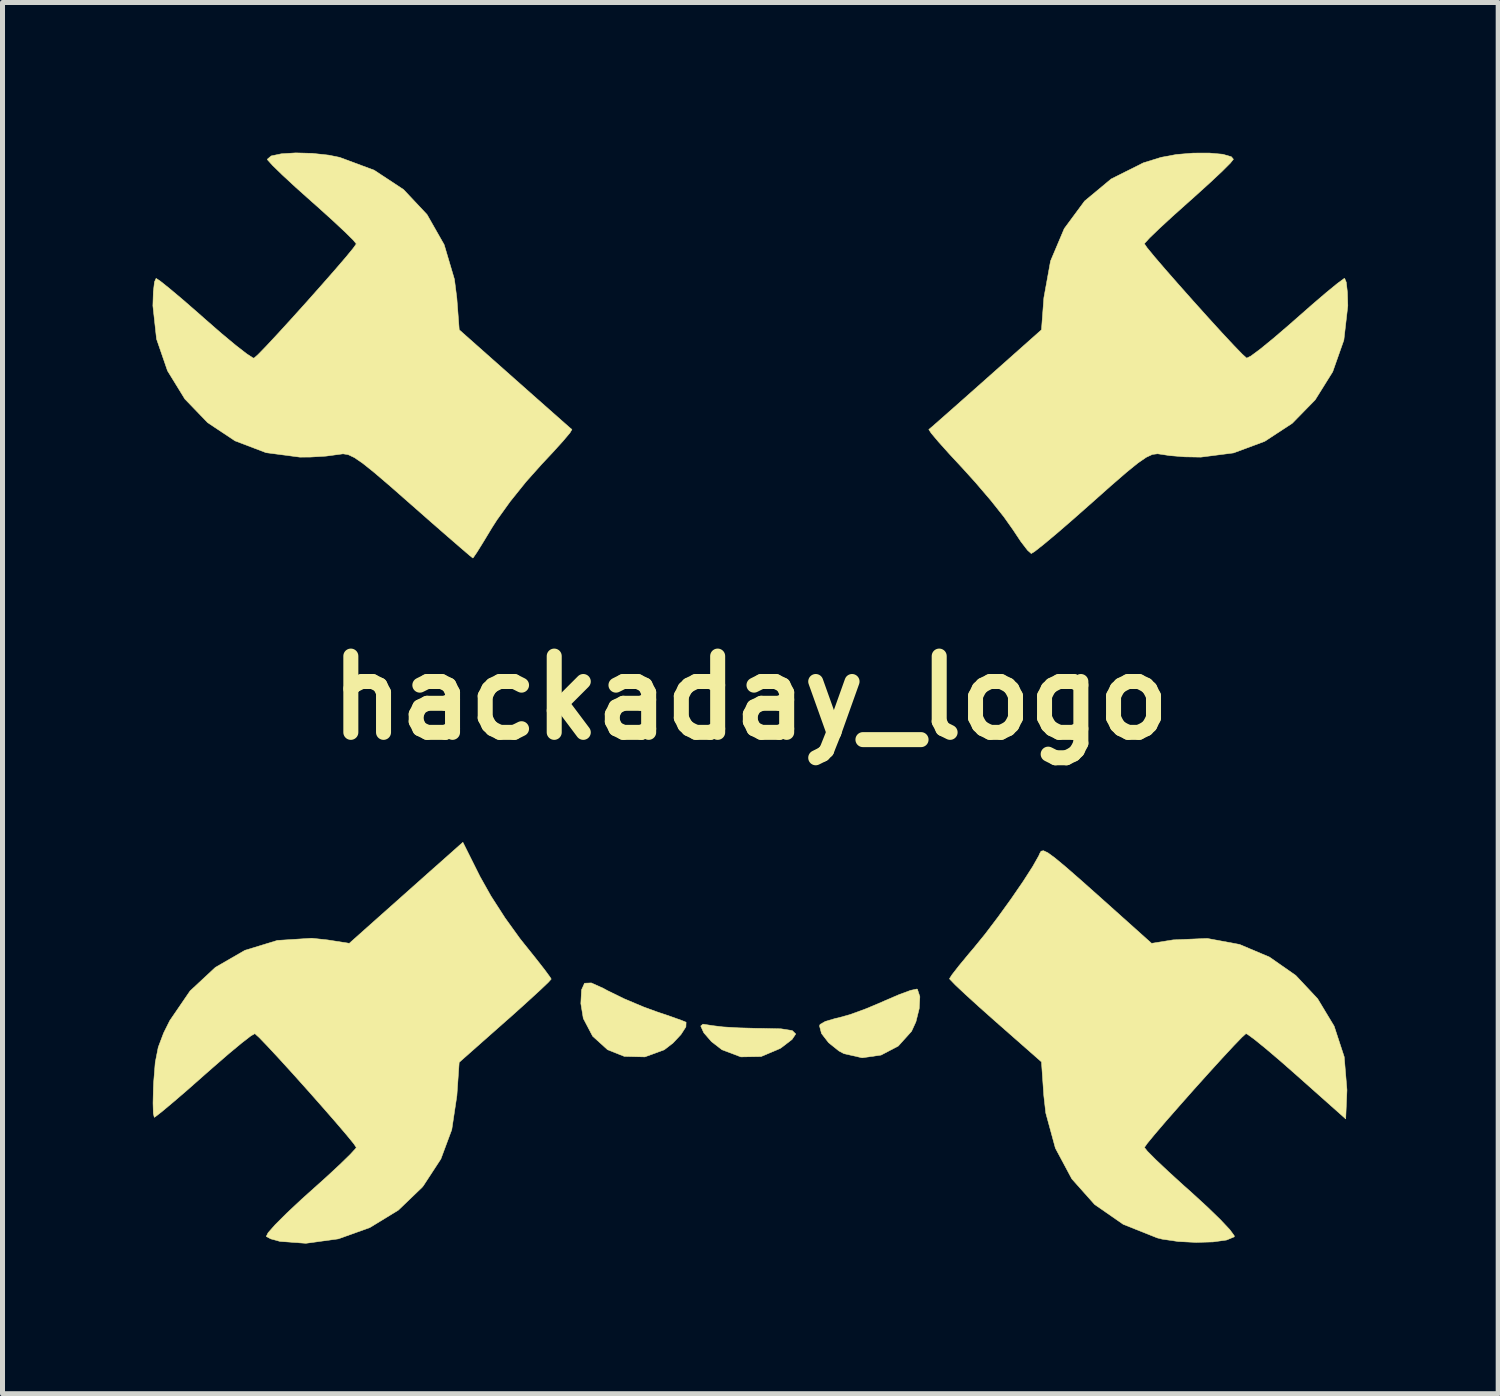
<source format=kicad_pcb>
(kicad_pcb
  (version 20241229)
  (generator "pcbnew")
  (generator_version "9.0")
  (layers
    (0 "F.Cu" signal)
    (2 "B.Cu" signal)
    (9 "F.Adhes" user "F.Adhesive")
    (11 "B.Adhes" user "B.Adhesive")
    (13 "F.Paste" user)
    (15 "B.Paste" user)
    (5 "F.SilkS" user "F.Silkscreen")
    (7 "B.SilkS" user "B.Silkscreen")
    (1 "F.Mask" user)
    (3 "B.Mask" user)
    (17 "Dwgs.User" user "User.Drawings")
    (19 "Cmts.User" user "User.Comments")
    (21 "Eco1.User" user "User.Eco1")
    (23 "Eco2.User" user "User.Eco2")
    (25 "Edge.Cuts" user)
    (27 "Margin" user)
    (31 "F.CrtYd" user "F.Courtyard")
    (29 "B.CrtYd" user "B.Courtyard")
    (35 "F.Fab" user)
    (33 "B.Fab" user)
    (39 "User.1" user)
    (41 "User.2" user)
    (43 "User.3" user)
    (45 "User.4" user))
  (footprint "hackaday_logo"
    (layer "F.Cu")
    (at 11.943 10.894)
    (property "Reference" "hackaday_logo" (at 0 0 0) (layer "F.SilkS") (effects (font (size 1.524 1.524) (thickness 0.3))))
    (attr through_hole)
    (fp_poly (pts (xy -0.771 6.547) (xy -0.761 6.549) (xy -0.547 6.575) (xy -0.225 6.594) (xy 0.144 6.604) (xy 0.229 6.604) (xy 0.613 6.613) (xy 0.837 6.648) (xy 0.907 6.716) (xy 0.833 6.826) (xy 0.623 6.987) (xy 0.595 7.006) (xy 0.215 7.167) (xy -0.19 7.174) (xy -0.566 7.032) (xy -0.776 6.87) (xy -0.927 6.696) (xy -0.936 6.681) (xy -0.991 6.557) (xy -0.947 6.52) (xy -0.771 6.547)) (stroke (width 0.01) (type solid)) (fill yes) (layer "F.SilkS"))
    (fp_poly (pts (xy -2.94 5.803) (xy -2.852 5.851) (xy -2.523 6.012) (xy -2.132 6.177) (xy -1.863 6.275) (xy -1.583 6.37) (xy -1.376 6.444) (xy -1.285 6.481) (xy -1.284 6.481) (xy -1.288 6.574) (xy -1.387 6.728) (xy -1.545 6.897) (xy -1.72 7.032) (xy -2.108 7.174) (xy -2.518 7.164) (xy -2.853 7.031) (xy -3.151 6.761) (xy -3.338 6.405) (xy -3.387 6.107) (xy -3.373 5.834) (xy -3.313 5.702) (xy -3.178 5.696) (xy -2.94 5.803)) (stroke (width 0.01) (type solid)) (fill yes) (layer "F.SilkS"))
    (fp_poly (pts (xy 3.338 5.822) (xy 3.387 5.971) (xy 3.374 6.209) (xy 3.308 6.473) (xy 3.221 6.663) (xy 2.955 6.958) (xy 2.611 7.138) (xy 2.234 7.192) (xy 1.869 7.109) (xy 1.77 7.056) (xy 1.563 6.89) (xy 1.422 6.707) (xy 1.382 6.556) (xy 1.393 6.525) (xy 1.498 6.465) (xy 1.702 6.405) (xy 1.756 6.394) (xy 1.991 6.329) (xy 2.311 6.212) (xy 2.652 6.068) (xy 2.682 6.054) (xy 2.973 5.929) (xy 3.201 5.845) (xy 3.327 5.818) (xy 3.338 5.822)) (stroke (width 0.01) (type solid)) (fill yes) (layer "F.SilkS"))
    (fp_poly (pts (xy 5.944 3.095) (xy 6.085 3.198) (xy 6.299 3.376) (xy 6.603 3.641) (xy 7.014 4.007) (xy 7.051 4.04) (xy 8.017 4.905) (xy 8.448 4.836) (xy 9.128 4.807) (xy 9.775 4.927) (xy 10.372 5.179) (xy 10.898 5.546) (xy 11.335 6.012) (xy 11.665 6.56) (xy 11.866 7.173) (xy 11.921 7.835) (xy 11.92 7.86) (xy 11.896 8.413) (xy 10.925 7.55) (xy 10.587 7.253) (xy 10.294 7.004) (xy 10.067 6.82) (xy 9.931 6.721) (xy 9.903 6.709) (xy 9.824 6.78) (xy 9.658 6.952) (xy 9.427 7.201) (xy 9.154 7.501) (xy 8.861 7.827) (xy 8.571 8.155) (xy 8.304 8.459) (xy 8.085 8.715) (xy 7.934 8.898) (xy 7.874 8.983) (xy 7.874 8.984) (xy 7.934 9.06) (xy 8.1 9.227) (xy 8.348 9.461) (xy 8.657 9.743) (xy 8.806 9.875) (xy 9.128 10.17) (xy 9.393 10.427) (xy 9.58 10.626) (xy 9.668 10.746) (xy 9.67 10.769) (xy 9.516 10.833) (xy 9.246 10.871) (xy 8.907 10.881) (xy 8.551 10.863) (xy 8.226 10.815) (xy 8.131 10.791) (xy 7.451 10.52) (xy 6.879 10.123) (xy 6.423 9.611) (xy 6.095 8.998) (xy 5.903 8.295) (xy 5.864 7.95) (xy 5.817 7.274) (xy 4.898 6.466) (xy 4.572 6.176) (xy 4.297 5.926) (xy 4.095 5.736) (xy 3.99 5.627) (xy 3.979 5.611) (xy 4.031 5.53) (xy 4.168 5.354) (xy 4.366 5.114) (xy 4.459 5.005) (xy 4.692 4.719) (xy 4.951 4.377) (xy 5.213 4.014) (xy 5.452 3.666) (xy 5.643 3.368) (xy 5.763 3.156) (xy 5.782 3.111) (xy 5.809 3.064) (xy 5.857 3.054) (xy 5.944 3.095)) (stroke (width 0.01) (type solid)) (fill yes) (layer "F.SilkS"))
    (fp_poly (pts (xy -5.402 3.57) (xy -5.183 3.96) (xy -4.901 4.398) (xy -4.607 4.806) (xy -4.519 4.917) (xy -4.293 5.199) (xy -4.113 5.429) (xy -4.003 5.579) (xy -3.979 5.619) (xy -4.039 5.686) (xy -4.204 5.843) (xy -4.452 6.07) (xy -4.759 6.347) (xy -4.899 6.47) (xy -5.818 7.283) (xy -5.864 7.949) (xy -5.966 8.628) (xy -6.184 9.214) (xy -6.534 9.75) (xy -6.56 9.782) (xy -7.034 10.237) (xy -7.604 10.585) (xy -8.232 10.81) (xy -8.881 10.899) (xy -9.398 10.861) (xy -9.584 10.81) (xy -9.673 10.762) (xy -9.636 10.688) (xy -9.491 10.524) (xy -9.259 10.293) (xy -8.96 10.013) (xy -8.806 9.875) (xy -8.477 9.58) (xy -8.199 9.322) (xy -7.995 9.123) (xy -7.886 9.004) (xy -7.874 8.983) (xy -7.928 8.904) (xy -8.074 8.726) (xy -8.29 8.473) (xy -8.554 8.171) (xy -8.844 7.843) (xy -9.137 7.516) (xy -9.412 7.214) (xy -9.645 6.963) (xy -9.815 6.786) (xy -9.9 6.71) (xy -9.901 6.709) (xy -9.98 6.754) (xy -10.161 6.894) (xy -10.421 7.11) (xy -10.736 7.383) (xy -10.908 7.534) (xy -11.243 7.83) (xy -11.534 8.08) (xy -11.756 8.266) (xy -11.887 8.368) (xy -11.91 8.382) (xy -11.929 8.304) (xy -11.935 8.097) (xy -11.928 7.799) (xy -11.923 7.684) (xy -11.891 7.285) (xy -11.831 6.981) (xy -11.724 6.697) (xy -11.601 6.45) (xy -11.196 5.857) (xy -10.689 5.385) (xy -10.1 5.045) (xy -9.452 4.847) (xy -8.764 4.803) (xy -8.447 4.837) (xy -8.014 4.905) (xy -7.415 4.371) (xy -7.065 4.06) (xy -6.682 3.719) (xy -6.338 3.413) (xy -6.28 3.362) (xy -5.744 2.886) (xy -5.402 3.57)) (stroke (width 0.01) (type solid)) (fill yes) (layer "F.SilkS"))
    (fp_poly (pts (xy 9.438 -10.862) (xy 9.611 -10.812) (xy 9.652 -10.762) (xy 9.592 -10.686) (xy 9.427 -10.521) (xy 9.179 -10.289) (xy 8.873 -10.012) (xy 8.763 -9.914) (xy 8.442 -9.627) (xy 8.173 -9.379) (xy 7.978 -9.191) (xy 7.881 -9.085) (xy 7.874 -9.072) (xy 7.928 -8.993) (xy 8.074 -8.815) (xy 8.291 -8.562) (xy 8.557 -8.259) (xy 8.848 -7.931) (xy 9.143 -7.603) (xy 9.419 -7.3) (xy 9.655 -7.047) (xy 9.828 -6.868) (xy 9.916 -6.789) (xy 9.918 -6.788) (xy 10.003 -6.831) (xy 10.189 -6.969) (xy 10.451 -7.183) (xy 10.766 -7.453) (xy 10.9 -7.571) (xy 11.228 -7.859) (xy 11.513 -8.103) (xy 11.731 -8.281) (xy 11.856 -8.373) (xy 11.874 -8.382) (xy 11.907 -8.305) (xy 11.93 -8.103) (xy 11.938 -7.835) (xy 11.859 -7.148) (xy 11.636 -6.515) (xy 11.286 -5.954) (xy 10.827 -5.485) (xy 10.277 -5.125) (xy 9.655 -4.894) (xy 9.002 -4.81) (xy 8.676 -4.816) (xy 8.376 -4.841) (xy 8.24 -4.862) (xy 8.137 -4.877) (xy 8.034 -4.864) (xy 7.911 -4.807) (xy 7.745 -4.693) (xy 7.517 -4.508) (xy 7.203 -4.236) (xy 6.825 -3.9) (xy 6.456 -3.574) (xy 6.129 -3.291) (xy 5.865 -3.07) (xy 5.685 -2.928) (xy 5.613 -2.883) (xy 5.537 -2.951) (xy 5.403 -3.126) (xy 5.249 -3.358) (xy 5.068 -3.614) (xy 4.806 -3.944) (xy 4.5 -4.302) (xy 4.244 -4.585) (xy 3.975 -4.875) (xy 3.758 -5.117) (xy 3.615 -5.287) (xy 3.566 -5.361) (xy 3.566 -5.362) (xy 3.637 -5.422) (xy 3.813 -5.577) (xy 4.074 -5.807) (xy 4.398 -6.094) (xy 4.707 -6.368) (xy 5.817 -7.354) (xy 5.865 -7.994) (xy 5.998 -8.728) (xy 6.272 -9.376) (xy 6.679 -9.927) (xy 7.209 -10.368) (xy 7.852 -10.69) (xy 8.207 -10.8) (xy 8.513 -10.857) (xy 8.848 -10.885) (xy 9.17 -10.886) (xy 9.438 -10.862)) (stroke (width 0.01) (type solid)) (fill yes) (layer "F.SilkS"))
    (fp_poly (pts (xy -8.755 -10.88) (xy -8.424 -10.844) (xy -8.207 -10.8) (xy -7.516 -10.543) (xy -6.93 -10.157) (xy -6.461 -9.658) (xy -6.118 -9.055) (xy -5.913 -8.364) (xy -5.865 -7.988) (xy -5.817 -7.354) (xy -4.707 -6.37) (xy -4.346 -6.05) (xy -4.029 -5.77) (xy -3.78 -5.55) (xy -3.618 -5.407) (xy -3.565 -5.362) (xy -3.605 -5.295) (xy -3.742 -5.132) (xy -3.952 -4.9) (xy -4.167 -4.671) (xy -4.483 -4.317) (xy -4.798 -3.925) (xy -5.063 -3.556) (xy -5.163 -3.4) (xy -5.33 -3.123) (xy -5.461 -2.912) (xy -5.536 -2.802) (xy -5.545 -2.794) (xy -5.612 -2.847) (xy -5.786 -2.996) (xy -6.047 -3.222) (xy -6.375 -3.508) (xy -6.75 -3.838) (xy -6.772 -3.857) (xy -7.194 -4.228) (xy -7.511 -4.499) (xy -7.744 -4.686) (xy -7.912 -4.801) (xy -8.037 -4.86) (xy -8.139 -4.876) (xy -8.239 -4.862) (xy -8.243 -4.862) (xy -8.48 -4.83) (xy -8.798 -4.811) (xy -9.002 -4.81) (xy -9.677 -4.899) (xy -10.297 -5.135) (xy -10.843 -5.498) (xy -11.299 -5.971) (xy -11.646 -6.535) (xy -11.865 -7.17) (xy -11.938 -7.835) (xy -11.929 -8.114) (xy -11.906 -8.311) (xy -11.874 -8.382) (xy -11.792 -8.328) (xy -11.608 -8.181) (xy -11.346 -7.961) (xy -11.032 -7.688) (xy -10.9 -7.571) (xy -10.571 -7.284) (xy -10.285 -7.046) (xy -10.066 -6.876) (xy -9.938 -6.792) (xy -9.918 -6.788) (xy -9.838 -6.858) (xy -9.671 -7.03) (xy -9.439 -7.279) (xy -9.165 -7.579) (xy -8.871 -7.905) (xy -8.579 -8.234) (xy -8.31 -8.54) (xy -8.089 -8.797) (xy -7.936 -8.983) (xy -7.874 -9.07) (xy -7.874 -9.072) (xy -7.934 -9.146) (xy -8.099 -9.309) (xy -8.346 -9.54) (xy -8.652 -9.816) (xy -8.763 -9.914) (xy -9.084 -10.201) (xy -9.353 -10.45) (xy -9.548 -10.64) (xy -9.645 -10.748) (xy -9.652 -10.762) (xy -9.575 -10.828) (xy -9.372 -10.871) (xy -9.085 -10.889) (xy -8.755 -10.88)) (stroke (width 0.01) (type solid)) (fill yes) (layer "F.SilkS")))
  (gr_rect
    (start -3 -3)
    (end 26.886 24.798)
    (stroke (width 0.1) (type default))
    (fill no)
    (layer "Edge.Cuts")))
</source>
